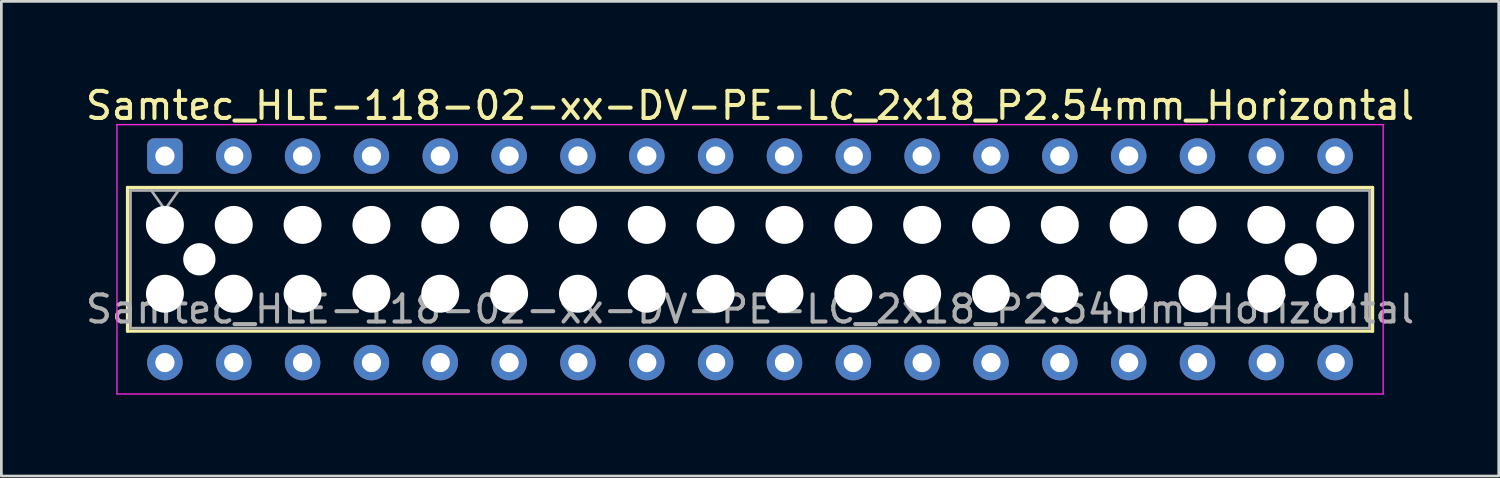
<source format=kicad_pcb>
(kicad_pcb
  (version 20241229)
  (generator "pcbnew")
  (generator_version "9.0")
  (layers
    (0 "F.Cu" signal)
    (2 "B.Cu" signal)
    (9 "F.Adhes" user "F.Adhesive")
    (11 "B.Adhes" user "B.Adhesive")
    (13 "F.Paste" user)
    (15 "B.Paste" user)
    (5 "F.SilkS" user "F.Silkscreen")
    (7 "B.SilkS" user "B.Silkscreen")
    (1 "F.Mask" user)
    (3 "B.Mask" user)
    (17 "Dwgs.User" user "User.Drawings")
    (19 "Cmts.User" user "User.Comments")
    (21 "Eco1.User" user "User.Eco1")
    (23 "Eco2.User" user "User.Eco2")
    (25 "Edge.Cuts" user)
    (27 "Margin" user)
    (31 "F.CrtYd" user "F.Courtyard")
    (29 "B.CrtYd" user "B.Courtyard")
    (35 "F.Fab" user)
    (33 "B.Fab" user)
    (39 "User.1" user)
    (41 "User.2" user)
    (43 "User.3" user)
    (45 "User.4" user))
  (footprint "Samtec_HLE-118-02-xx-DV-PE-LC_2x18_P2.54mm_Horizontal"
    (layer "F.Cu")
    (at 3.035 2.708)
    (property "Reference" "Samtec_HLE-118-02-xx-DV-PE-LC_2x18_P2.54mm_Horizontal" (at 21.59 -1.86 0) (layer "F.SilkS") (effects (font (size 1 1) (thickness 0.15))))
    (attr through_hole)
    (fp_line (start -1.38 1.16) (end 44.56 1.16) (stroke (width 0.12) (type solid)) (layer "F.SilkS"))
    (fp_line (start -1.38 6.46) (end -1.38 1.16) (stroke (width 0.12) (type solid)) (layer "F.SilkS"))
    (fp_line (start 44.56 1.16) (end 44.56 6.46) (stroke (width 0.12) (type solid)) (layer "F.SilkS"))
    (fp_line (start 44.56 6.46) (end -1.38 6.46) (stroke (width 0.12) (type solid)) (layer "F.SilkS"))
    (fp_line (start -1.77 -1.16) (end 44.95 -1.16) (stroke (width 0.05) (type solid)) (layer "F.CrtYd"))
    (fp_line (start -1.77 8.78) (end -1.77 -1.16) (stroke (width 0.05) (type solid)) (layer "F.CrtYd"))
    (fp_line (start 44.95 -1.16) (end 44.95 8.78) (stroke (width 0.05) (type solid)) (layer "F.CrtYd"))
    (fp_line (start 44.95 8.78) (end -1.77 8.78) (stroke (width 0.05) (type solid)) (layer "F.CrtYd"))
    (fp_line (start -1.27 1.27) (end 44.45 1.27) (stroke (width 0.1) (type solid)) (layer "F.Fab"))
    (fp_line (start -1.27 6.35) (end -1.27 1.27) (stroke (width 0.1) (type solid)) (layer "F.Fab"))
    (fp_line (start -0.5 1.27) (end 0 1.977) (stroke (width 0.1) (type solid)) (layer "F.Fab"))
    (fp_line (start 0 1.977) (end 0.5 1.27) (stroke (width 0.1) (type solid)) (layer "F.Fab"))
    (fp_line (start 44.45 1.27) (end 44.45 6.35) (stroke (width 0.1) (type solid)) (layer "F.Fab"))
    (fp_line (start 44.45 6.35) (end -1.27 6.35) (stroke (width 0.1) (type solid)) (layer "F.Fab"))
    (fp_text user "${REFERENCE}" (at 21.59 5.65 0) (layer "F.Fab") (effects (font (size 1 1) (thickness 0.15))))
    (pad "" np_thru_hole circle (at 0 2.54) (size 1.4 1.4) (drill 1.4) (layers "*.Cu" "*.Mask"))
    (pad "" np_thru_hole circle (at 0 5.08) (size 1.4 1.4) (drill 1.4) (layers "*.Cu" "*.Mask"))
    (pad "" np_thru_hole circle (at 1.27 3.81) (size 1.19 1.19) (drill 1.19) (layers "*.Cu" "*.Mask"))
    (pad "" np_thru_hole circle (at 2.54 2.54) (size 1.4 1.4) (drill 1.4) (layers "*.Cu" "*.Mask"))
    (pad "" np_thru_hole circle (at 2.54 5.08) (size 1.4 1.4) (drill 1.4) (layers "*.Cu" "*.Mask"))
    (pad "" np_thru_hole circle (at 5.08 2.54) (size 1.4 1.4) (drill 1.4) (layers "*.Cu" "*.Mask"))
    (pad "" np_thru_hole circle (at 5.08 5.08) (size 1.4 1.4) (drill 1.4) (layers "*.Cu" "*.Mask"))
    (pad "" np_thru_hole circle (at 7.62 2.54) (size 1.4 1.4) (drill 1.4) (layers "*.Cu" "*.Mask"))
    (pad "" np_thru_hole circle (at 7.62 5.08) (size 1.4 1.4) (drill 1.4) (layers "*.Cu" "*.Mask"))
    (pad "" np_thru_hole circle (at 10.16 2.54) (size 1.4 1.4) (drill 1.4) (layers "*.Cu" "*.Mask"))
    (pad "" np_thru_hole circle (at 10.16 5.08) (size 1.4 1.4) (drill 1.4) (layers "*.Cu" "*.Mask"))
    (pad "" np_thru_hole circle (at 12.7 2.54) (size 1.4 1.4) (drill 1.4) (layers "*.Cu" "*.Mask"))
    (pad "" np_thru_hole circle (at 12.7 5.08) (size 1.4 1.4) (drill 1.4) (layers "*.Cu" "*.Mask"))
    (pad "" np_thru_hole circle (at 15.24 2.54) (size 1.4 1.4) (drill 1.4) (layers "*.Cu" "*.Mask"))
    (pad "" np_thru_hole circle (at 15.24 5.08) (size 1.4 1.4) (drill 1.4) (layers "*.Cu" "*.Mask"))
    (pad "" np_thru_hole circle (at 17.78 2.54) (size 1.4 1.4) (drill 1.4) (layers "*.Cu" "*.Mask"))
    (pad "" np_thru_hole circle (at 17.78 5.08) (size 1.4 1.4) (drill 1.4) (layers "*.Cu" "*.Mask"))
    (pad "" np_thru_hole circle (at 20.32 2.54) (size 1.4 1.4) (drill 1.4) (layers "*.Cu" "*.Mask"))
    (pad "" np_thru_hole circle (at 20.32 5.08) (size 1.4 1.4) (drill 1.4) (layers "*.Cu" "*.Mask"))
    (pad "" np_thru_hole circle (at 22.86 2.54) (size 1.4 1.4) (drill 1.4) (layers "*.Cu" "*.Mask"))
    (pad "" np_thru_hole circle (at 22.86 5.08) (size 1.4 1.4) (drill 1.4) (layers "*.Cu" "*.Mask"))
    (pad "" np_thru_hole circle (at 25.4 2.54) (size 1.4 1.4) (drill 1.4) (layers "*.Cu" "*.Mask"))
    (pad "" np_thru_hole circle (at 25.4 5.08) (size 1.4 1.4) (drill 1.4) (layers "*.Cu" "*.Mask"))
    (pad "" np_thru_hole circle (at 27.94 2.54) (size 1.4 1.4) (drill 1.4) (layers "*.Cu" "*.Mask"))
    (pad "" np_thru_hole circle (at 27.94 5.08) (size 1.4 1.4) (drill 1.4) (layers "*.Cu" "*.Mask"))
    (pad "" np_thru_hole circle (at 30.48 2.54) (size 1.4 1.4) (drill 1.4) (layers "*.Cu" "*.Mask"))
    (pad "" np_thru_hole circle (at 30.48 5.08) (size 1.4 1.4) (drill 1.4) (layers "*.Cu" "*.Mask"))
    (pad "" np_thru_hole circle (at 33.02 2.54) (size 1.4 1.4) (drill 1.4) (layers "*.Cu" "*.Mask"))
    (pad "" np_thru_hole circle (at 33.02 5.08) (size 1.4 1.4) (drill 1.4) (layers "*.Cu" "*.Mask"))
    (pad "" np_thru_hole circle (at 35.56 2.54) (size 1.4 1.4) (drill 1.4) (layers "*.Cu" "*.Mask"))
    (pad "" np_thru_hole circle (at 35.56 5.08) (size 1.4 1.4) (drill 1.4) (layers "*.Cu" "*.Mask"))
    (pad "" np_thru_hole circle (at 38.1 2.54) (size 1.4 1.4) (drill 1.4) (layers "*.Cu" "*.Mask"))
    (pad "" np_thru_hole circle (at 38.1 5.08) (size 1.4 1.4) (drill 1.4) (layers "*.Cu" "*.Mask"))
    (pad "" np_thru_hole circle (at 40.64 2.54) (size 1.4 1.4) (drill 1.4) (layers "*.Cu" "*.Mask"))
    (pad "" np_thru_hole circle (at 40.64 5.08) (size 1.4 1.4) (drill 1.4) (layers "*.Cu" "*.Mask"))
    (pad "" np_thru_hole circle (at 41.91 3.81) (size 1.19 1.19) (drill 1.19) (layers "*.Cu" "*.Mask"))
    (pad "" np_thru_hole circle (at 43.18 2.54) (size 1.4 1.4) (drill 1.4) (layers "*.Cu" "*.Mask"))
    (pad "" np_thru_hole circle (at 43.18 5.08) (size 1.4 1.4) (drill 1.4) (layers "*.Cu" "*.Mask"))
    (pad "1" thru_hole roundrect (at 0 0) (size 1.31 1.31) (drill 0.71) (layers "*.Cu" "*.Mask") (roundrect_rratio 0.191))
    (pad "2" thru_hole circle (at 0 7.62) (size 1.31 1.31) (drill 0.71) (layers "*.Cu" "*.Mask"))
    (pad "3" thru_hole circle (at 2.54 0) (size 1.31 1.31) (drill 0.71) (layers "*.Cu" "*.Mask"))
    (pad "4" thru_hole circle (at 2.54 7.62) (size 1.31 1.31) (drill 0.71) (layers "*.Cu" "*.Mask"))
    (pad "5" thru_hole circle (at 5.08 0) (size 1.31 1.31) (drill 0.71) (layers "*.Cu" "*.Mask"))
    (pad "6" thru_hole circle (at 5.08 7.62) (size 1.31 1.31) (drill 0.71) (layers "*.Cu" "*.Mask"))
    (pad "7" thru_hole circle (at 7.62 0) (size 1.31 1.31) (drill 0.71) (layers "*.Cu" "*.Mask"))
    (pad "8" thru_hole circle (at 7.62 7.62) (size 1.31 1.31) (drill 0.71) (layers "*.Cu" "*.Mask"))
    (pad "9" thru_hole circle (at 10.16 0) (size 1.31 1.31) (drill 0.71) (layers "*.Cu" "*.Mask"))
    (pad "10" thru_hole circle (at 10.16 7.62) (size 1.31 1.31) (drill 0.71) (layers "*.Cu" "*.Mask"))
    (pad "11" thru_hole circle (at 12.7 0) (size 1.31 1.31) (drill 0.71) (layers "*.Cu" "*.Mask"))
    (pad "12" thru_hole circle (at 12.7 7.62) (size 1.31 1.31) (drill 0.71) (layers "*.Cu" "*.Mask"))
    (pad "13" thru_hole circle (at 15.24 0) (size 1.31 1.31) (drill 0.71) (layers "*.Cu" "*.Mask"))
    (pad "14" thru_hole circle (at 15.24 7.62) (size 1.31 1.31) (drill 0.71) (layers "*.Cu" "*.Mask"))
    (pad "15" thru_hole circle (at 17.78 0) (size 1.31 1.31) (drill 0.71) (layers "*.Cu" "*.Mask"))
    (pad "16" thru_hole circle (at 17.78 7.62) (size 1.31 1.31) (drill 0.71) (layers "*.Cu" "*.Mask"))
    (pad "17" thru_hole circle (at 20.32 0) (size 1.31 1.31) (drill 0.71) (layers "*.Cu" "*.Mask"))
    (pad "18" thru_hole circle (at 20.32 7.62) (size 1.31 1.31) (drill 0.71) (layers "*.Cu" "*.Mask"))
    (pad "19" thru_hole circle (at 22.86 0) (size 1.31 1.31) (drill 0.71) (layers "*.Cu" "*.Mask"))
    (pad "20" thru_hole circle (at 22.86 7.62) (size 1.31 1.31) (drill 0.71) (layers "*.Cu" "*.Mask"))
    (pad "21" thru_hole circle (at 25.4 0) (size 1.31 1.31) (drill 0.71) (layers "*.Cu" "*.Mask"))
    (pad "22" thru_hole circle (at 25.4 7.62) (size 1.31 1.31) (drill 0.71) (layers "*.Cu" "*.Mask"))
    (pad "23" thru_hole circle (at 27.94 0) (size 1.31 1.31) (drill 0.71) (layers "*.Cu" "*.Mask"))
    (pad "24" thru_hole circle (at 27.94 7.62) (size 1.31 1.31) (drill 0.71) (layers "*.Cu" "*.Mask"))
    (pad "25" thru_hole circle (at 30.48 0) (size 1.31 1.31) (drill 0.71) (layers "*.Cu" "*.Mask"))
    (pad "26" thru_hole circle (at 30.48 7.62) (size 1.31 1.31) (drill 0.71) (layers "*.Cu" "*.Mask"))
    (pad "27" thru_hole circle (at 33.02 0) (size 1.31 1.31) (drill 0.71) (layers "*.Cu" "*.Mask"))
    (pad "28" thru_hole circle (at 33.02 7.62) (size 1.31 1.31) (drill 0.71) (layers "*.Cu" "*.Mask"))
    (pad "29" thru_hole circle (at 35.56 0) (size 1.31 1.31) (drill 0.71) (layers "*.Cu" "*.Mask"))
    (pad "30" thru_hole circle (at 35.56 7.62) (size 1.31 1.31) (drill 0.71) (layers "*.Cu" "*.Mask"))
    (pad "31" thru_hole circle (at 38.1 0) (size 1.31 1.31) (drill 0.71) (layers "*.Cu" "*.Mask"))
    (pad "32" thru_hole circle (at 38.1 7.62) (size 1.31 1.31) (drill 0.71) (layers "*.Cu" "*.Mask"))
    (pad "33" thru_hole circle (at 40.64 0) (size 1.31 1.31) (drill 0.71) (layers "*.Cu" "*.Mask"))
    (pad "34" thru_hole circle (at 40.64 7.62) (size 1.31 1.31) (drill 0.71) (layers "*.Cu" "*.Mask"))
    (pad "35" thru_hole circle (at 43.18 0) (size 1.31 1.31) (drill 0.71) (layers "*.Cu" "*.Mask"))
    (pad "36" thru_hole circle (at 43.18 7.62) (size 1.31 1.31) (drill 0.71) (layers "*.Cu" "*.Mask")))
  (gr_rect
    (start -3 -3)
    (end 52.25 14.513)
    (stroke (width 0.1) (type default))
    (fill no)
    (layer "Edge.Cuts")))
</source>
